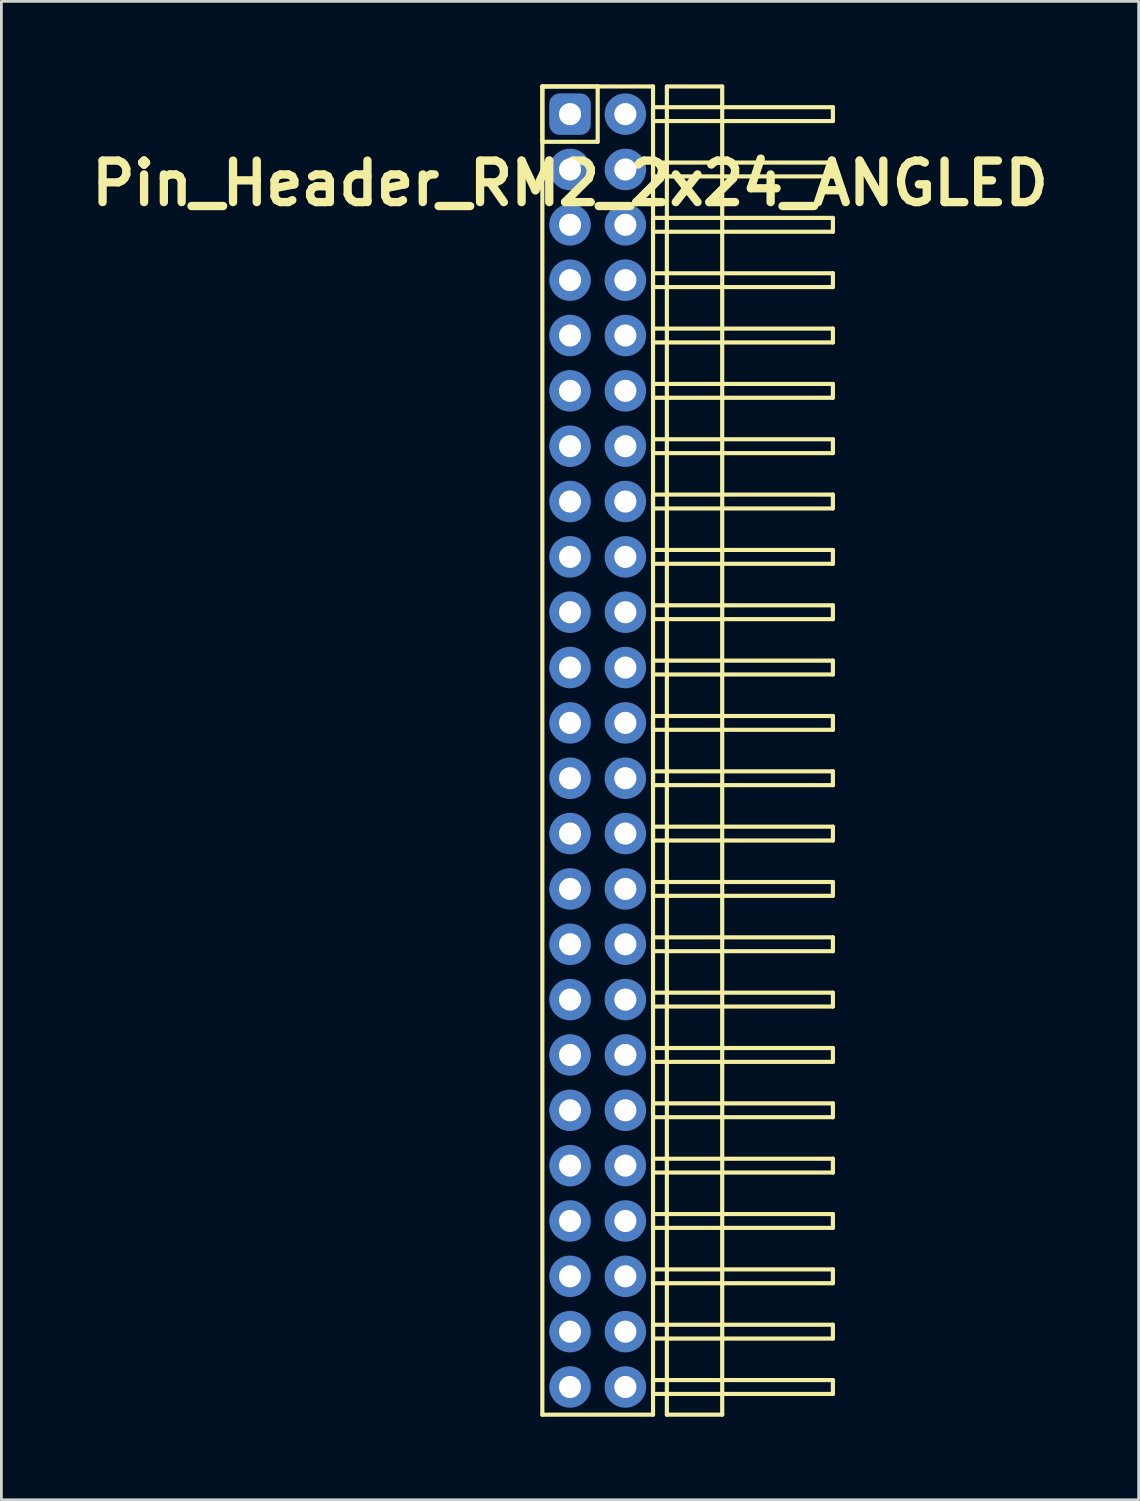
<source format=kicad_pcb>
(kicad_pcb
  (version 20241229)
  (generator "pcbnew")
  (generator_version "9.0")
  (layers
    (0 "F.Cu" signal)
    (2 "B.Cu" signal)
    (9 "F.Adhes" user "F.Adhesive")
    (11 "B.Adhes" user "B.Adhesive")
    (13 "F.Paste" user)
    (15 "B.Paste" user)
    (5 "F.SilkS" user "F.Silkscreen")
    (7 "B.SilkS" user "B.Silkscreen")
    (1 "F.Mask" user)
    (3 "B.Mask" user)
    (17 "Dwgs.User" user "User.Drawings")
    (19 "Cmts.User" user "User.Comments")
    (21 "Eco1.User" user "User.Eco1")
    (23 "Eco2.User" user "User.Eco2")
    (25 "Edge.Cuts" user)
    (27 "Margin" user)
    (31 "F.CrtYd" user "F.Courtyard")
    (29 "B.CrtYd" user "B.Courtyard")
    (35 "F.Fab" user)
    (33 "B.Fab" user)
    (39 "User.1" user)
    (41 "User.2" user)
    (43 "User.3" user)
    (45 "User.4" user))
  (footprint "Pin_Header_RM2_2x24_ANGLED"
    (layer "F.Cu")
    (at 17.55 1.075)
    (property "Reference" "Pin_Header_RM2_2x24_ANGLED" (at 0 2.5 0) (layer "F.SilkS") (effects (font (size 1.5 1.5) (thickness 0.3))))
    (attr through_hole)
    (fp_line (start -1 -1) (end 1 -1) (stroke (width 0.15) (type solid)) (layer "F.SilkS"))
    (fp_line (start -1 -1) (end 3 -1) (stroke (width 0.15) (type solid)) (layer "F.SilkS"))
    (fp_line (start -1 1) (end -1 -1) (stroke (width 0.15) (type solid)) (layer "F.SilkS"))
    (fp_line (start -1 47) (end -1 -1) (stroke (width 0.15) (type solid)) (layer "F.SilkS"))
    (fp_line (start 1 -1) (end 1 1) (stroke (width 0.15) (type solid)) (layer "F.SilkS"))
    (fp_line (start 1 1) (end -1 1) (stroke (width 0.15) (type solid)) (layer "F.SilkS"))
    (fp_line (start 3 -1) (end 3 47) (stroke (width 0.15) (type solid)) (layer "F.SilkS"))
    (fp_line (start 3 -0.25) (end 9.5 -0.25) (stroke (width 0.15) (type solid)) (layer "F.SilkS"))
    (fp_line (start 3 0.25) (end 3 -0.25) (stroke (width 0.15) (type solid)) (layer "F.SilkS"))
    (fp_line (start 3 1.75) (end 9.5 1.75) (stroke (width 0.15) (type solid)) (layer "F.SilkS"))
    (fp_line (start 3 2.25) (end 3 1.75) (stroke (width 0.15) (type solid)) (layer "F.SilkS"))
    (fp_line (start 3 3.75) (end 9.5 3.75) (stroke (width 0.15) (type solid)) (layer "F.SilkS"))
    (fp_line (start 3 4.25) (end 3 3.75) (stroke (width 0.15) (type solid)) (layer "F.SilkS"))
    (fp_line (start 3 5.75) (end 9.5 5.75) (stroke (width 0.15) (type solid)) (layer "F.SilkS"))
    (fp_line (start 3 6.25) (end 3 5.75) (stroke (width 0.15) (type solid)) (layer "F.SilkS"))
    (fp_line (start 3 7.75) (end 9.5 7.75) (stroke (width 0.15) (type solid)) (layer "F.SilkS"))
    (fp_line (start 3 8.25) (end 3 7.75) (stroke (width 0.15) (type solid)) (layer "F.SilkS"))
    (fp_line (start 3 9.75) (end 9.5 9.75) (stroke (width 0.15) (type solid)) (layer "F.SilkS"))
    (fp_line (start 3 10.25) (end 3 9.75) (stroke (width 0.15) (type solid)) (layer "F.SilkS"))
    (fp_line (start 3 11.75) (end 9.5 11.75) (stroke (width 0.15) (type solid)) (layer "F.SilkS"))
    (fp_line (start 3 12.25) (end 3 11.75) (stroke (width 0.15) (type solid)) (layer "F.SilkS"))
    (fp_line (start 3 13.75) (end 9.5 13.75) (stroke (width 0.15) (type solid)) (layer "F.SilkS"))
    (fp_line (start 3 14.25) (end 3 13.75) (stroke (width 0.15) (type solid)) (layer "F.SilkS"))
    (fp_line (start 3 15.75) (end 9.5 15.75) (stroke (width 0.15) (type solid)) (layer "F.SilkS"))
    (fp_line (start 3 16.25) (end 3 15.75) (stroke (width 0.15) (type solid)) (layer "F.SilkS"))
    (fp_line (start 3 17.75) (end 9.5 17.75) (stroke (width 0.15) (type solid)) (layer "F.SilkS"))
    (fp_line (start 3 18.25) (end 3 17.75) (stroke (width 0.15) (type solid)) (layer "F.SilkS"))
    (fp_line (start 3 19.75) (end 9.5 19.75) (stroke (width 0.15) (type solid)) (layer "F.SilkS"))
    (fp_line (start 3 20.25) (end 3 19.75) (stroke (width 0.15) (type solid)) (layer "F.SilkS"))
    (fp_line (start 3 21.75) (end 9.5 21.75) (stroke (width 0.15) (type solid)) (layer "F.SilkS"))
    (fp_line (start 3 22.25) (end 3 21.75) (stroke (width 0.15) (type solid)) (layer "F.SilkS"))
    (fp_line (start 3 23.75) (end 9.5 23.75) (stroke (width 0.15) (type solid)) (layer "F.SilkS"))
    (fp_line (start 3 24.25) (end 3 23.75) (stroke (width 0.15) (type solid)) (layer "F.SilkS"))
    (fp_line (start 3 25.75) (end 9.5 25.75) (stroke (width 0.15) (type solid)) (layer "F.SilkS"))
    (fp_line (start 3 26.25) (end 3 25.75) (stroke (width 0.15) (type solid)) (layer "F.SilkS"))
    (fp_line (start 3 27.75) (end 9.5 27.75) (stroke (width 0.15) (type solid)) (layer "F.SilkS"))
    (fp_line (start 3 28.25) (end 3 27.75) (stroke (width 0.15) (type solid)) (layer "F.SilkS"))
    (fp_line (start 3 29.75) (end 9.5 29.75) (stroke (width 0.15) (type solid)) (layer "F.SilkS"))
    (fp_line (start 3 30.25) (end 3 29.75) (stroke (width 0.15) (type solid)) (layer "F.SilkS"))
    (fp_line (start 3 31.75) (end 9.5 31.75) (stroke (width 0.15) (type solid)) (layer "F.SilkS"))
    (fp_line (start 3 32.25) (end 3 31.75) (stroke (width 0.15) (type solid)) (layer "F.SilkS"))
    (fp_line (start 3 33.75) (end 9.5 33.75) (stroke (width 0.15) (type solid)) (layer "F.SilkS"))
    (fp_line (start 3 34.25) (end 3 33.75) (stroke (width 0.15) (type solid)) (layer "F.SilkS"))
    (fp_line (start 3 35.75) (end 9.5 35.75) (stroke (width 0.15) (type solid)) (layer "F.SilkS"))
    (fp_line (start 3 36.25) (end 3 35.75) (stroke (width 0.15) (type solid)) (layer "F.SilkS"))
    (fp_line (start 3 37.75) (end 9.5 37.75) (stroke (width 0.15) (type solid)) (layer "F.SilkS"))
    (fp_line (start 3 38.25) (end 3 37.75) (stroke (width 0.15) (type solid)) (layer "F.SilkS"))
    (fp_line (start 3 39.75) (end 9.5 39.75) (stroke (width 0.15) (type solid)) (layer "F.SilkS"))
    (fp_line (start 3 40.25) (end 3 39.75) (stroke (width 0.15) (type solid)) (layer "F.SilkS"))
    (fp_line (start 3 41.75) (end 9.5 41.75) (stroke (width 0.15) (type solid)) (layer "F.SilkS"))
    (fp_line (start 3 42.25) (end 3 41.75) (stroke (width 0.15) (type solid)) (layer "F.SilkS"))
    (fp_line (start 3 43.75) (end 9.5 43.75) (stroke (width 0.15) (type solid)) (layer "F.SilkS"))
    (fp_line (start 3 44.25) (end 3 43.75) (stroke (width 0.15) (type solid)) (layer "F.SilkS"))
    (fp_line (start 3 45.75) (end 9.5 45.75) (stroke (width 0.15) (type solid)) (layer "F.SilkS"))
    (fp_line (start 3 46.25) (end 3 45.75) (stroke (width 0.15) (type solid)) (layer "F.SilkS"))
    (fp_line (start 3 47) (end -1 47) (stroke (width 0.15) (type solid)) (layer "F.SilkS"))
    (fp_line (start 3.5 -1) (end 5.5 -1) (stroke (width 0.15) (type solid)) (layer "F.SilkS"))
    (fp_line (start 3.5 47) (end 3.5 -1) (stroke (width 0.15) (type solid)) (layer "F.SilkS"))
    (fp_line (start 5.5 -1) (end 5.5 47) (stroke (width 0.15) (type solid)) (layer "F.SilkS"))
    (fp_line (start 5.5 47) (end 3.5 47) (stroke (width 0.15) (type solid)) (layer "F.SilkS"))
    (fp_line (start 9.5 -0.25) (end 9.5 0.25) (stroke (width 0.15) (type solid)) (layer "F.SilkS"))
    (fp_line (start 9.5 0.25) (end 3 0.25) (stroke (width 0.15) (type solid)) (layer "F.SilkS"))
    (fp_line (start 9.5 1.75) (end 9.5 2.25) (stroke (width 0.15) (type solid)) (layer "F.SilkS"))
    (fp_line (start 9.5 2.25) (end 3 2.25) (stroke (width 0.15) (type solid)) (layer "F.SilkS"))
    (fp_line (start 9.5 3.75) (end 9.5 4.25) (stroke (width 0.15) (type solid)) (layer "F.SilkS"))
    (fp_line (start 9.5 4.25) (end 3 4.25) (stroke (width 0.15) (type solid)) (layer "F.SilkS"))
    (fp_line (start 9.5 5.75) (end 9.5 6.25) (stroke (width 0.15) (type solid)) (layer "F.SilkS"))
    (fp_line (start 9.5 6.25) (end 3 6.25) (stroke (width 0.15) (type solid)) (layer "F.SilkS"))
    (fp_line (start 9.5 7.75) (end 9.5 8.25) (stroke (width 0.15) (type solid)) (layer "F.SilkS"))
    (fp_line (start 9.5 8.25) (end 3 8.25) (stroke (width 0.15) (type solid)) (layer "F.SilkS"))
    (fp_line (start 9.5 9.75) (end 9.5 10.25) (stroke (width 0.15) (type solid)) (layer "F.SilkS"))
    (fp_line (start 9.5 10.25) (end 3 10.25) (stroke (width 0.15) (type solid)) (layer "F.SilkS"))
    (fp_line (start 9.5 11.75) (end 9.5 12.25) (stroke (width 0.15) (type solid)) (layer "F.SilkS"))
    (fp_line (start 9.5 12.25) (end 3 12.25) (stroke (width 0.15) (type solid)) (layer "F.SilkS"))
    (fp_line (start 9.5 13.75) (end 9.5 14.25) (stroke (width 0.15) (type solid)) (layer "F.SilkS"))
    (fp_line (start 9.5 14.25) (end 3 14.25) (stroke (width 0.15) (type solid)) (layer "F.SilkS"))
    (fp_line (start 9.5 15.75) (end 9.5 16.25) (stroke (width 0.15) (type solid)) (layer "F.SilkS"))
    (fp_line (start 9.5 16.25) (end 3 16.25) (stroke (width 0.15) (type solid)) (layer "F.SilkS"))
    (fp_line (start 9.5 17.75) (end 9.5 18.25) (stroke (width 0.15) (type solid)) (layer "F.SilkS"))
    (fp_line (start 9.5 18.25) (end 3 18.25) (stroke (width 0.15) (type solid)) (layer "F.SilkS"))
    (fp_line (start 9.5 19.75) (end 9.5 20.25) (stroke (width 0.15) (type solid)) (layer "F.SilkS"))
    (fp_line (start 9.5 20.25) (end 3 20.25) (stroke (width 0.15) (type solid)) (layer "F.SilkS"))
    (fp_line (start 9.5 21.75) (end 9.5 22.25) (stroke (width 0.15) (type solid)) (layer "F.SilkS"))
    (fp_line (start 9.5 22.25) (end 3 22.25) (stroke (width 0.15) (type solid)) (layer "F.SilkS"))
    (fp_line (start 9.5 23.75) (end 9.5 24.25) (stroke (width 0.15) (type solid)) (layer "F.SilkS"))
    (fp_line (start 9.5 24.25) (end 3 24.25) (stroke (width 0.15) (type solid)) (layer "F.SilkS"))
    (fp_line (start 9.5 25.75) (end 9.5 26.25) (stroke (width 0.15) (type solid)) (layer "F.SilkS"))
    (fp_line (start 9.5 26.25) (end 3 26.25) (stroke (width 0.15) (type solid)) (layer "F.SilkS"))
    (fp_line (start 9.5 27.75) (end 9.5 28.25) (stroke (width 0.15) (type solid)) (layer "F.SilkS"))
    (fp_line (start 9.5 28.25) (end 3 28.25) (stroke (width 0.15) (type solid)) (layer "F.SilkS"))
    (fp_line (start 9.5 29.75) (end 9.5 30.25) (stroke (width 0.15) (type solid)) (layer "F.SilkS"))
    (fp_line (start 9.5 30.25) (end 3 30.25) (stroke (width 0.15) (type solid)) (layer "F.SilkS"))
    (fp_line (start 9.5 31.75) (end 9.5 32.25) (stroke (width 0.15) (type solid)) (layer "F.SilkS"))
    (fp_line (start 9.5 32.25) (end 3 32.25) (stroke (width 0.15) (type solid)) (layer "F.SilkS"))
    (fp_line (start 9.5 33.75) (end 9.5 34.25) (stroke (width 0.15) (type solid)) (layer "F.SilkS"))
    (fp_line (start 9.5 34.25) (end 3 34.25) (stroke (width 0.15) (type solid)) (layer "F.SilkS"))
    (fp_line (start 9.5 35.75) (end 9.5 36.25) (stroke (width 0.15) (type solid)) (layer "F.SilkS"))
    (fp_line (start 9.5 36.25) (end 3 36.25) (stroke (width 0.15) (type solid)) (layer "F.SilkS"))
    (fp_line (start 9.5 37.75) (end 9.5 38.25) (stroke (width 0.15) (type solid)) (layer "F.SilkS"))
    (fp_line (start 9.5 38.25) (end 3 38.25) (stroke (width 0.15) (type solid)) (layer "F.SilkS"))
    (fp_line (start 9.5 39.75) (end 9.5 40.25) (stroke (width 0.15) (type solid)) (layer "F.SilkS"))
    (fp_line (start 9.5 40.25) (end 3 40.25) (stroke (width 0.15) (type solid)) (layer "F.SilkS"))
    (fp_line (start 9.5 41.75) (end 9.5 42.25) (stroke (width 0.15) (type solid)) (layer "F.SilkS"))
    (fp_line (start 9.5 42.25) (end 3 42.25) (stroke (width 0.15) (type solid)) (layer "F.SilkS"))
    (fp_line (start 9.5 43.75) (end 9.5 44.25) (stroke (width 0.15) (type solid)) (layer "F.SilkS"))
    (fp_line (start 9.5 44.25) (end 3 44.25) (stroke (width 0.15) (type solid)) (layer "F.SilkS"))
    (fp_line (start 9.5 45.75) (end 9.5 46.25) (stroke (width 0.15) (type solid)) (layer "F.SilkS"))
    (fp_line (start 9.5 46.25) (end 3 46.25) (stroke (width 0.15) (type solid)) (layer "F.SilkS"))
    (pad "1" thru_hole circle (at 0 0) (size 1.1 1.1) (drill 0.8) (layers "*.Cu" "*.Mask"))
    (pad "1" smd roundrect (at 0 0) (size 1.25 1.25) (layers "F.Cu" "F.Mask") (roundrect_rratio 0.25))
    (pad "1" smd roundrect (at 0 0) (size 1.5 1.5) (layers "B.Cu" "B.Mask") (roundrect_rratio 0.25))
    (pad "2" thru_hole circle (at 2 0) (size 1.1 1.1) (drill 0.8) (layers "*.Cu" "*.Mask"))
    (pad "2" smd circle (at 2 0) (size 1.25 1.25) (layers "F.Cu" "F.Mask"))
    (pad "2" smd circle (at 2 0) (size 1.5 1.5) (layers "B.Cu" "B.Mask"))
    (pad "3" thru_hole circle (at 0 2) (size 1.1 1.1) (drill 0.8) (layers "*.Cu" "*.Mask"))
    (pad "3" smd circle (at 0 2) (size 1.25 1.25) (layers "F.Cu" "F.Mask"))
    (pad "3" smd circle (at 0 2) (size 1.5 1.5) (layers "B.Cu" "B.Mask"))
    (pad "4" thru_hole circle (at 2 2) (size 1.1 1.1) (drill 0.8) (layers "*.Cu" "*.Mask"))
    (pad "4" smd circle (at 2 2) (size 1.25 1.25) (layers "F.Cu" "F.Mask"))
    (pad "4" smd circle (at 2 2) (size 1.5 1.5) (layers "B.Cu" "B.Mask"))
    (pad "5" thru_hole circle (at 0 4) (size 1.1 1.1) (drill 0.8) (layers "*.Cu" "*.Mask"))
    (pad "5" smd circle (at 0 4) (size 1.25 1.25) (layers "F.Cu" "F.Mask"))
    (pad "5" smd circle (at 0 4) (size 1.5 1.5) (layers "B.Cu" "B.Mask"))
    (pad "6" thru_hole circle (at 2 4) (size 1.1 1.1) (drill 0.8) (layers "*.Cu" "*.Mask"))
    (pad "6" smd circle (at 2 4) (size 1.25 1.25) (layers "F.Cu" "F.Mask"))
    (pad "6" smd circle (at 2 4) (size 1.5 1.5) (layers "B.Cu" "B.Mask"))
    (pad "7" thru_hole circle (at 0 6) (size 1.1 1.1) (drill 0.8) (layers "*.Cu" "*.Mask"))
    (pad "7" smd circle (at 0 6) (size 1.25 1.25) (layers "F.Cu" "F.Mask"))
    (pad "7" smd circle (at 0 6) (size 1.5 1.5) (layers "B.Cu" "B.Mask"))
    (pad "8" thru_hole circle (at 2 6) (size 1.1 1.1) (drill 0.8) (layers "*.Cu" "*.Mask"))
    (pad "8" smd circle (at 2 6) (size 1.25 1.25) (layers "F.Cu" "F.Mask"))
    (pad "8" smd circle (at 2 6) (size 1.5 1.5) (layers "B.Cu" "B.Mask"))
    (pad "9" thru_hole circle (at 0 8) (size 1.1 1.1) (drill 0.8) (layers "*.Cu" "*.Mask"))
    (pad "9" smd circle (at 0 8) (size 1.25 1.25) (layers "F.Cu" "F.Mask"))
    (pad "9" smd circle (at 0 8) (size 1.5 1.5) (layers "B.Cu" "B.Mask"))
    (pad "10" thru_hole circle (at 2 8) (size 1.1 1.1) (drill 0.8) (layers "*.Cu" "*.Mask"))
    (pad "10" smd circle (at 2 8) (size 1.25 1.25) (layers "F.Cu" "F.Mask"))
    (pad "10" smd circle (at 2 8) (size 1.5 1.5) (layers "B.Cu" "B.Mask"))
    (pad "11" thru_hole circle (at 0 10) (size 1.1 1.1) (drill 0.8) (layers "*.Cu" "*.Mask"))
    (pad "11" smd circle (at 0 10) (size 1.25 1.25) (layers "F.Cu" "F.Mask"))
    (pad "11" smd circle (at 0 10) (size 1.5 1.5) (layers "B.Cu" "B.Mask"))
    (pad "12" thru_hole circle (at 2 10) (size 1.1 1.1) (drill 0.8) (layers "*.Cu" "*.Mask"))
    (pad "12" smd circle (at 2 10) (size 1.25 1.25) (layers "F.Cu" "F.Mask"))
    (pad "12" smd circle (at 2 10) (size 1.5 1.5) (layers "B.Cu" "B.Mask"))
    (pad "13" thru_hole circle (at 0 12) (size 1.1 1.1) (drill 0.8) (layers "*.Cu" "*.Mask"))
    (pad "13" smd circle (at 0 12) (size 1.25 1.25) (layers "F.Cu" "F.Mask"))
    (pad "13" smd circle (at 0 12) (size 1.5 1.5) (layers "B.Cu" "B.Mask"))
    (pad "14" thru_hole circle (at 2 12) (size 1.1 1.1) (drill 0.8) (layers "*.Cu" "*.Mask"))
    (pad "14" smd circle (at 2 12) (size 1.25 1.25) (layers "F.Cu" "F.Mask"))
    (pad "14" smd circle (at 2 12) (size 1.5 1.5) (layers "B.Cu" "B.Mask"))
    (pad "15" thru_hole circle (at 0 14) (size 1.1 1.1) (drill 0.8) (layers "*.Cu" "*.Mask"))
    (pad "15" smd circle (at 0 14) (size 1.25 1.25) (layers "F.Cu" "F.Mask"))
    (pad "15" smd circle (at 0 14) (size 1.5 1.5) (layers "B.Cu" "B.Mask"))
    (pad "16" thru_hole circle (at 2 14) (size 1.1 1.1) (drill 0.8) (layers "*.Cu" "*.Mask"))
    (pad "16" smd circle (at 2 14) (size 1.25 1.25) (layers "F.Cu" "F.Mask"))
    (pad "16" smd circle (at 2 14) (size 1.5 1.5) (layers "B.Cu" "B.Mask"))
    (pad "17" thru_hole circle (at 0 16) (size 1.1 1.1) (drill 0.8) (layers "*.Cu" "*.Mask"))
    (pad "17" smd circle (at 0 16) (size 1.25 1.25) (layers "F.Cu" "F.Mask"))
    (pad "17" smd circle (at 0 16) (size 1.5 1.5) (layers "B.Cu" "B.Mask"))
    (pad "18" thru_hole circle (at 2 16) (size 1.1 1.1) (drill 0.8) (layers "*.Cu" "*.Mask"))
    (pad "18" smd circle (at 2 16) (size 1.25 1.25) (layers "F.Cu" "F.Mask"))
    (pad "18" smd circle (at 2 16) (size 1.5 1.5) (layers "B.Cu" "B.Mask"))
    (pad "19" thru_hole circle (at 0 18) (size 1.1 1.1) (drill 0.8) (layers "*.Cu" "*.Mask"))
    (pad "19" smd circle (at 0 18) (size 1.25 1.25) (layers "F.Cu" "F.Mask"))
    (pad "19" smd circle (at 0 18) (size 1.5 1.5) (layers "B.Cu" "B.Mask"))
    (pad "20" thru_hole circle (at 2 18) (size 1.1 1.1) (drill 0.8) (layers "*.Cu" "*.Mask"))
    (pad "20" smd circle (at 2 18) (size 1.25 1.25) (layers "F.Cu" "F.Mask"))
    (pad "20" smd circle (at 2 18) (size 1.5 1.5) (layers "B.Cu" "B.Mask"))
    (pad "21" thru_hole circle (at 0 20) (size 1.1 1.1) (drill 0.8) (layers "*.Cu" "*.Mask"))
    (pad "21" smd circle (at 0 20) (size 1.25 1.25) (layers "F.Cu" "F.Mask"))
    (pad "21" smd circle (at 0 20) (size 1.5 1.5) (layers "B.Cu" "B.Mask"))
    (pad "22" thru_hole circle (at 2 20) (size 1.1 1.1) (drill 0.8) (layers "*.Cu" "*.Mask"))
    (pad "22" smd circle (at 2 20) (size 1.25 1.25) (layers "F.Cu" "F.Mask"))
    (pad "22" smd circle (at 2 20) (size 1.5 1.5) (layers "B.Cu" "B.Mask"))
    (pad "23" thru_hole circle (at 0 22) (size 1.1 1.1) (drill 0.8) (layers "*.Cu" "*.Mask"))
    (pad "23" smd circle (at 0 22) (size 1.25 1.25) (layers "F.Cu" "F.Mask"))
    (pad "23" smd circle (at 0 22) (size 1.5 1.5) (layers "B.Cu" "B.Mask"))
    (pad "24" thru_hole circle (at 2 22) (size 1.1 1.1) (drill 0.8) (layers "*.Cu" "*.Mask"))
    (pad "24" smd circle (at 2 22) (size 1.25 1.25) (layers "F.Cu" "F.Mask"))
    (pad "24" smd circle (at 2 22) (size 1.5 1.5) (layers "B.Cu" "B.Mask"))
    (pad "25" thru_hole circle (at 0 24) (size 1.1 1.1) (drill 0.8) (layers "*.Cu" "*.Mask"))
    (pad "25" smd circle (at 0 24) (size 1.25 1.25) (layers "F.Cu" "F.Mask"))
    (pad "25" smd circle (at 0 24) (size 1.5 1.5) (layers "B.Cu" "B.Mask"))
    (pad "26" thru_hole circle (at 2 24) (size 1.1 1.1) (drill 0.8) (layers "*.Cu" "*.Mask"))
    (pad "26" smd circle (at 2 24) (size 1.25 1.25) (layers "F.Cu" "F.Mask"))
    (pad "26" smd circle (at 2 24) (size 1.5 1.5) (layers "B.Cu" "B.Mask"))
    (pad "27" thru_hole circle (at 0 26) (size 1.1 1.1) (drill 0.8) (layers "*.Cu" "*.Mask"))
    (pad "27" smd circle (at 0 26) (size 1.25 1.25) (layers "F.Cu" "F.Mask"))
    (pad "27" smd circle (at 0 26) (size 1.5 1.5) (layers "B.Cu" "B.Mask"))
    (pad "28" thru_hole circle (at 2 26) (size 1.1 1.1) (drill 0.8) (layers "*.Cu" "*.Mask"))
    (pad "28" smd circle (at 2 26) (size 1.25 1.25) (layers "F.Cu" "F.Mask"))
    (pad "28" smd circle (at 2 26) (size 1.5 1.5) (layers "B.Cu" "B.Mask"))
    (pad "29" thru_hole circle (at 0 28) (size 1.1 1.1) (drill 0.8) (layers "*.Cu" "*.Mask"))
    (pad "29" smd circle (at 0 28) (size 1.25 1.25) (layers "F.Cu" "F.Mask"))
    (pad "29" smd circle (at 0 28) (size 1.5 1.5) (layers "B.Cu" "B.Mask"))
    (pad "30" thru_hole circle (at 2 28) (size 1.1 1.1) (drill 0.8) (layers "*.Cu" "*.Mask"))
    (pad "30" smd circle (at 2 28) (size 1.25 1.25) (layers "F.Cu" "F.Mask"))
    (pad "30" smd circle (at 2 28) (size 1.5 1.5) (layers "B.Cu" "B.Mask"))
    (pad "31" thru_hole circle (at 0 30) (size 1.1 1.1) (drill 0.8) (layers "*.Cu" "*.Mask"))
    (pad "31" smd circle (at 0 30) (size 1.25 1.25) (layers "F.Cu" "F.Mask"))
    (pad "31" smd circle (at 0 30) (size 1.5 1.5) (layers "B.Cu" "B.Mask"))
    (pad "32" thru_hole circle (at 2 30) (size 1.1 1.1) (drill 0.8) (layers "*.Cu" "*.Mask"))
    (pad "32" smd circle (at 2 30) (size 1.25 1.25) (layers "F.Cu" "F.Mask"))
    (pad "32" smd circle (at 2 30) (size 1.5 1.5) (layers "B.Cu" "B.Mask"))
    (pad "33" thru_hole circle (at 0 32) (size 1.1 1.1) (drill 0.8) (layers "*.Cu" "*.Mask"))
    (pad "33" smd circle (at 0 32) (size 1.25 1.25) (layers "F.Cu" "F.Mask"))
    (pad "33" smd circle (at 0 32) (size 1.5 1.5) (layers "B.Cu" "B.Mask"))
    (pad "34" thru_hole circle (at 2 32) (size 1.1 1.1) (drill 0.8) (layers "*.Cu" "*.Mask"))
    (pad "34" smd circle (at 2 32) (size 1.25 1.25) (layers "F.Cu" "F.Mask"))
    (pad "34" smd circle (at 2 32) (size 1.5 1.5) (layers "B.Cu" "B.Mask"))
    (pad "35" thru_hole circle (at 0 34) (size 1.1 1.1) (drill 0.8) (layers "*.Cu" "*.Mask"))
    (pad "35" smd circle (at 0 34) (size 1.25 1.25) (layers "F.Cu" "F.Mask"))
    (pad "35" smd circle (at 0 34) (size 1.5 1.5) (layers "B.Cu" "B.Mask"))
    (pad "36" thru_hole circle (at 2 34) (size 1.1 1.1) (drill 0.8) (layers "*.Cu" "*.Mask"))
    (pad "36" smd circle (at 2 34) (size 1.25 1.25) (layers "F.Cu" "F.Mask"))
    (pad "36" smd circle (at 2 34) (size 1.5 1.5) (layers "B.Cu" "B.Mask"))
    (pad "37" thru_hole circle (at 0 36) (size 1.1 1.1) (drill 0.8) (layers "*.Cu" "*.Mask"))
    (pad "37" smd circle (at 0 36) (size 1.25 1.25) (layers "F.Cu" "F.Mask"))
    (pad "37" smd circle (at 0 36) (size 1.5 1.5) (layers "B.Cu" "B.Mask"))
    (pad "38" thru_hole circle (at 2 36) (size 1.1 1.1) (drill 0.8) (layers "*.Cu" "*.Mask"))
    (pad "38" smd circle (at 2 36) (size 1.25 1.25) (layers "F.Cu" "F.Mask"))
    (pad "38" smd circle (at 2 36) (size 1.5 1.5) (layers "B.Cu" "B.Mask"))
    (pad "39" thru_hole circle (at 0 38) (size 1.1 1.1) (drill 0.8) (layers "*.Cu" "*.Mask"))
    (pad "39" smd circle (at 0 38) (size 1.25 1.25) (layers "F.Cu" "F.Mask"))
    (pad "39" smd circle (at 0 38) (size 1.5 1.5) (layers "B.Cu" "B.Mask"))
    (pad "40" thru_hole circle (at 2 38) (size 1.1 1.1) (drill 0.8) (layers "*.Cu" "*.Mask"))
    (pad "40" smd circle (at 2 38) (size 1.25 1.25) (layers "F.Cu" "F.Mask"))
    (pad "40" smd circle (at 2 38) (size 1.5 1.5) (layers "B.Cu" "B.Mask"))
    (pad "41" thru_hole circle (at 0 40) (size 1.1 1.1) (drill 0.8) (layers "*.Cu" "*.Mask"))
    (pad "41" smd circle (at 0 40) (size 1.25 1.25) (layers "F.Cu" "F.Mask"))
    (pad "41" smd circle (at 0 40) (size 1.5 1.5) (layers "B.Cu" "B.Mask"))
    (pad "42" thru_hole circle (at 2 40) (size 1.1 1.1) (drill 0.8) (layers "*.Cu" "*.Mask"))
    (pad "42" smd circle (at 2 40) (size 1.25 1.25) (layers "F.Cu" "F.Mask"))
    (pad "42" smd circle (at 2 40) (size 1.5 1.5) (layers "B.Cu" "B.Mask"))
    (pad "43" thru_hole circle (at 0 42) (size 1.1 1.1) (drill 0.8) (layers "*.Cu" "*.Mask"))
    (pad "43" smd circle (at 0 42) (size 1.25 1.25) (layers "F.Cu" "F.Mask"))
    (pad "43" smd circle (at 0 42) (size 1.5 1.5) (layers "B.Cu" "B.Mask"))
    (pad "44" thru_hole circle (at 2 42) (size 1.1 1.1) (drill 0.8) (layers "*.Cu" "*.Mask"))
    (pad "44" smd circle (at 2 42) (size 1.25 1.25) (layers "F.Cu" "F.Mask"))
    (pad "44" smd circle (at 2 42) (size 1.5 1.5) (layers "B.Cu" "B.Mask"))
    (pad "45" thru_hole circle (at 0 44) (size 1.1 1.1) (drill 0.8) (layers "*.Cu" "*.Mask"))
    (pad "45" smd circle (at 0 44) (size 1.25 1.25) (layers "F.Cu" "F.Mask"))
    (pad "45" smd circle (at 0 44) (size 1.5 1.5) (layers "B.Cu" "B.Mask"))
    (pad "46" thru_hole circle (at 2 44) (size 1.1 1.1) (drill 0.8) (layers "*.Cu" "*.Mask"))
    (pad "46" smd circle (at 2 44) (size 1.25 1.25) (layers "F.Cu" "F.Mask"))
    (pad "46" smd circle (at 2 44) (size 1.5 1.5) (layers "B.Cu" "B.Mask"))
    (pad "47" thru_hole circle (at 0 46) (size 1.1 1.1) (drill 0.8) (layers "*.Cu" "*.Mask"))
    (pad "47" smd circle (at 0 46) (size 1.25 1.25) (layers "F.Cu" "F.Mask"))
    (pad "47" smd circle (at 0 46) (size 1.5 1.5) (layers "B.Cu" "B.Mask"))
    (pad "48" thru_hole circle (at 2 46) (size 1.1 1.1) (drill 0.8) (layers "*.Cu" "*.Mask"))
    (pad "48" smd circle (at 2 46) (size 1.25 1.25) (layers "F.Cu" "F.Mask"))
    (pad "48" smd circle (at 2 46) (size 1.5 1.5) (layers "B.Cu" "B.Mask")))
  (gr_rect
    (start -3 -3)
    (end 38.1 51.15)
    (stroke (width 0.1) (type default))
    (fill no)
    (layer "Edge.Cuts")))
</source>
